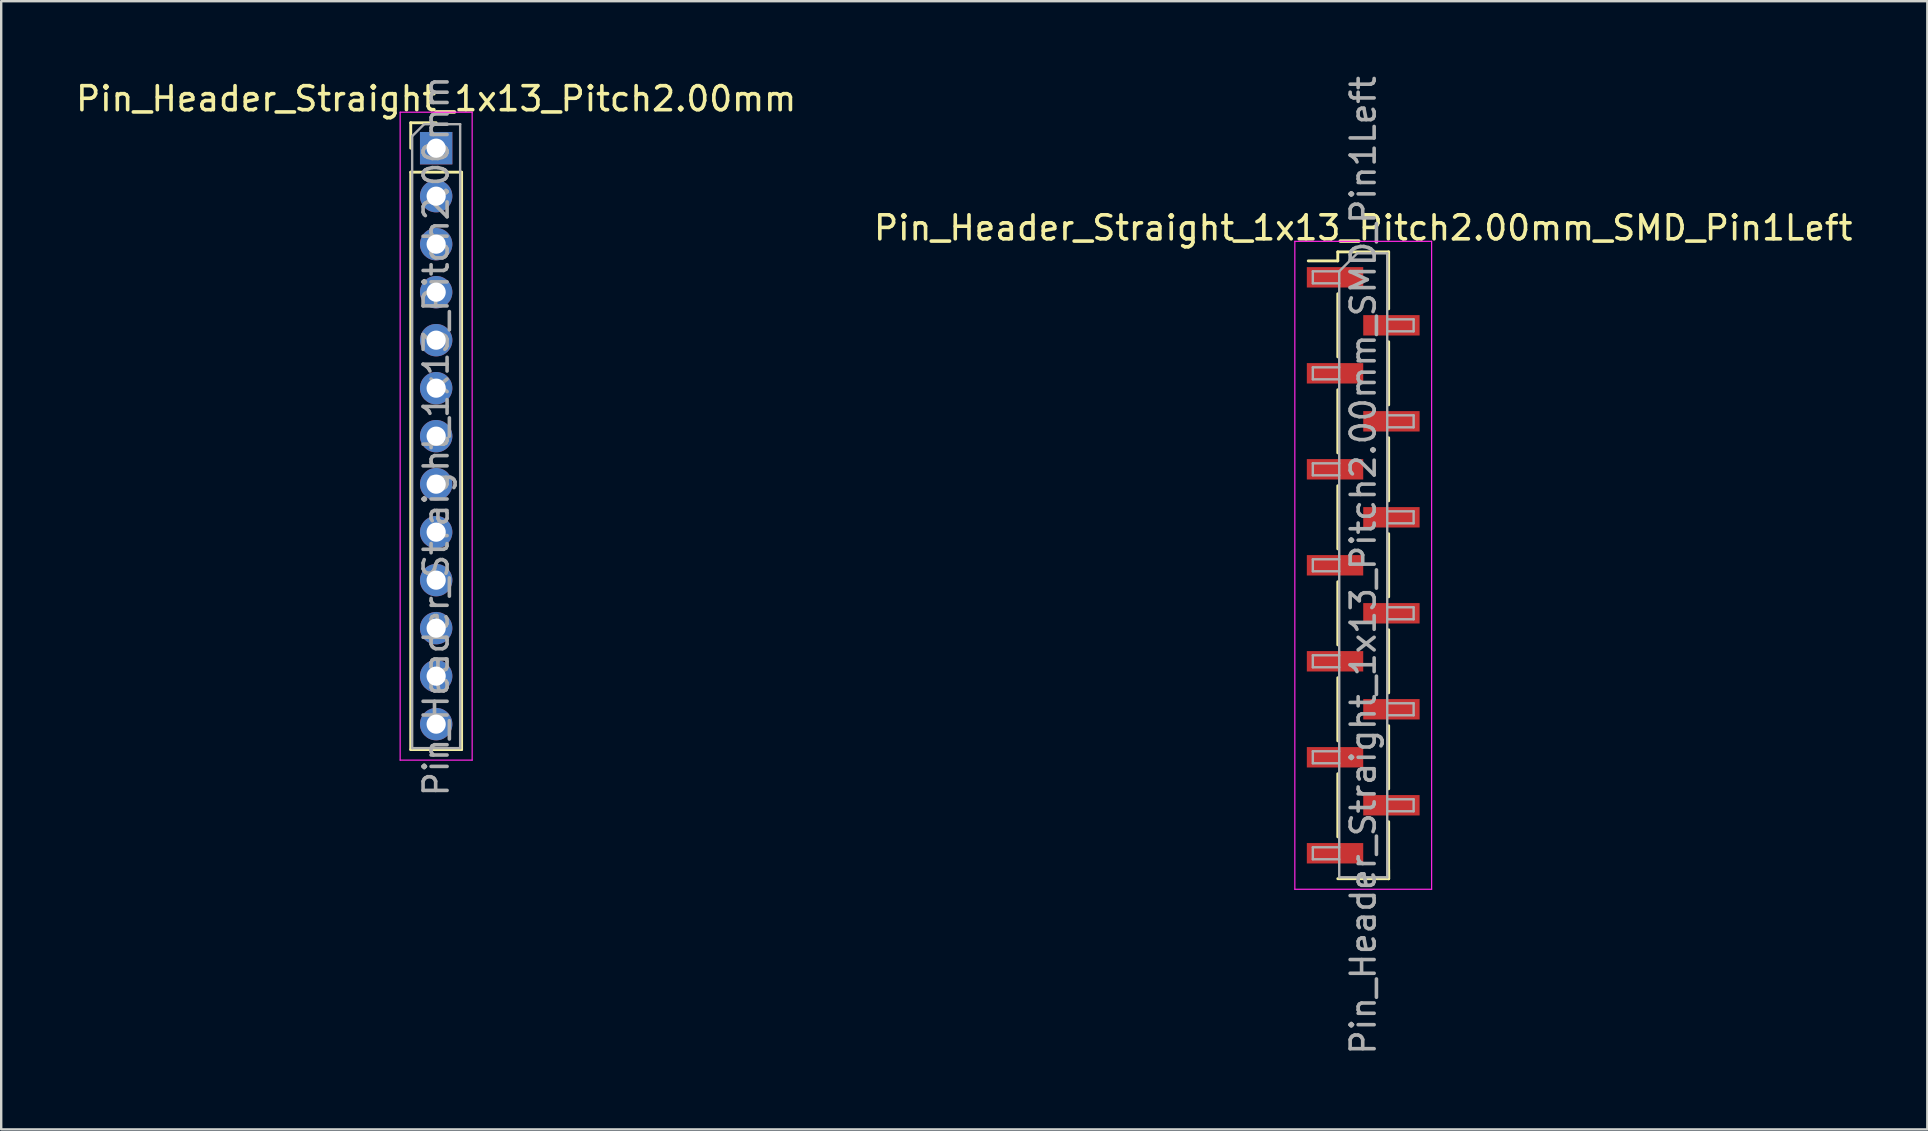
<source format=kicad_pcb>
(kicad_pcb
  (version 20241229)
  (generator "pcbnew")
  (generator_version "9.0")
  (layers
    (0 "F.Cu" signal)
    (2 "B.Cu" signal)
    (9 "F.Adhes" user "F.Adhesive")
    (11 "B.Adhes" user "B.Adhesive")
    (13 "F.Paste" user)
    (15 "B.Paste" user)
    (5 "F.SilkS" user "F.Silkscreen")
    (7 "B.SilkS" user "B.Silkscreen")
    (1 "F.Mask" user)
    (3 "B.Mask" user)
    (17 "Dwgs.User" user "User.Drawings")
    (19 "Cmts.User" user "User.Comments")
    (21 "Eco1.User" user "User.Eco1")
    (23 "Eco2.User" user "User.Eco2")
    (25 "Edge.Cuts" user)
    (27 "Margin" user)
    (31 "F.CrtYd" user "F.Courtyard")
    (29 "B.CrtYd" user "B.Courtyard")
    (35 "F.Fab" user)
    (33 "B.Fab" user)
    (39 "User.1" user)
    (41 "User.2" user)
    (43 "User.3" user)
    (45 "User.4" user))
  (footprint "Pin_Header_Straight_1x13_Pitch2.00mm"
    (layer "F.Cu")
    (at 15.125 3.125)
    (property "Reference" "Pin_Header_Straight_1x13_Pitch2.00mm" (at 0 -2.06 0) (layer "F.SilkS") (effects (font (size 1 1) (thickness 0.15))))
    (attr through_hole)
    (fp_line (start -1.06 -1.06) (end 0 -1.06) (stroke (width 0.12) (type solid)) (layer "F.SilkS"))
    (fp_line (start -1.06 0) (end -1.06 -1.06) (stroke (width 0.12) (type solid)) (layer "F.SilkS"))
    (fp_line (start -1.06 1) (end -1.06 25.06) (stroke (width 0.12) (type solid)) (layer "F.SilkS"))
    (fp_line (start -1.06 1) (end 1.06 1) (stroke (width 0.12) (type solid)) (layer "F.SilkS"))
    (fp_line (start -1.06 25.06) (end 1.06 25.06) (stroke (width 0.12) (type solid)) (layer "F.SilkS"))
    (fp_line (start 1.06 1) (end 1.06 25.06) (stroke (width 0.12) (type solid)) (layer "F.SilkS"))
    (fp_line (start -1.5 -1.5) (end -1.5 25.5) (stroke (width 0.05) (type solid)) (layer "F.CrtYd"))
    (fp_line (start -1.5 25.5) (end 1.5 25.5) (stroke (width 0.05) (type solid)) (layer "F.CrtYd"))
    (fp_line (start 1.5 -1.5) (end -1.5 -1.5) (stroke (width 0.05) (type solid)) (layer "F.CrtYd"))
    (fp_line (start 1.5 25.5) (end 1.5 -1.5) (stroke (width 0.05) (type solid)) (layer "F.CrtYd"))
    (fp_line (start -1 -0.5) (end -0.5 -1) (stroke (width 0.1) (type solid)) (layer "F.Fab"))
    (fp_line (start -1 25) (end -1 -0.5) (stroke (width 0.1) (type solid)) (layer "F.Fab"))
    (fp_line (start -0.5 -1) (end 1 -1) (stroke (width 0.1) (type solid)) (layer "F.Fab"))
    (fp_line (start 1 -1) (end 1 25) (stroke (width 0.1) (type solid)) (layer "F.Fab"))
    (fp_line (start 1 25) (end -1 25) (stroke (width 0.1) (type solid)) (layer "F.Fab"))
    (fp_text user "${REFERENCE}" (at 0 12 90) (layer "F.Fab") (effects (font (size 1 1) (thickness 0.15))))
    (pad "1" thru_hole rect (at 0 0) (size 1.35 1.35) (drill 0.8) (layers "*.Cu" "*.Mask"))
    (pad "2" thru_hole oval (at 0 2) (size 1.35 1.35) (drill 0.8) (layers "*.Cu" "*.Mask"))
    (pad "3" thru_hole oval (at 0 4) (size 1.35 1.35) (drill 0.8) (layers "*.Cu" "*.Mask"))
    (pad "4" thru_hole oval (at 0 6) (size 1.35 1.35) (drill 0.8) (layers "*.Cu" "*.Mask"))
    (pad "5" thru_hole oval (at 0 8) (size 1.35 1.35) (drill 0.8) (layers "*.Cu" "*.Mask"))
    (pad "6" thru_hole oval (at 0 10) (size 1.35 1.35) (drill 0.8) (layers "*.Cu" "*.Mask"))
    (pad "7" thru_hole oval (at 0 12) (size 1.35 1.35) (drill 0.8) (layers "*.Cu" "*.Mask"))
    (pad "8" thru_hole oval (at 0 14) (size 1.35 1.35) (drill 0.8) (layers "*.Cu" "*.Mask"))
    (pad "9" thru_hole oval (at 0 16) (size 1.35 1.35) (drill 0.8) (layers "*.Cu" "*.Mask"))
    (pad "10" thru_hole oval (at 0 18) (size 1.35 1.35) (drill 0.8) (layers "*.Cu" "*.Mask"))
    (pad "11" thru_hole oval (at 0 20) (size 1.35 1.35) (drill 0.8) (layers "*.Cu" "*.Mask"))
    (pad "12" thru_hole oval (at 0 22) (size 1.35 1.35) (drill 0.8) (layers "*.Cu" "*.Mask"))
    (pad "13" thru_hole oval (at 0 24) (size 1.35 1.35) (drill 0.8) (layers "*.Cu" "*.Mask")))
  (footprint "Pin_Header_Straight_1x13_Pitch2.00mm_SMD_Pin1Left"
    (layer "F.Cu")
    (at 53.756 20.506)
    (property "Reference" "Pin_Header_Straight_1x13_Pitch2.00mm_SMD_Pin1Left" (at 0 -14.06 0) (layer "F.SilkS") (effects (font (size 1 1) (thickness 0.15))))
    (attr smd)
    (fp_line (start -1.06 -13.06) (end -1.06 -12.685) (stroke (width 0.12) (type solid)) (layer "F.SilkS"))
    (fp_line (start -1.06 -13.06) (end 1.06 -13.06) (stroke (width 0.12) (type solid)) (layer "F.SilkS"))
    (fp_line (start -1.06 -12.685) (end -2.29 -12.685) (stroke (width 0.12) (type solid)) (layer "F.SilkS"))
    (fp_line (start -1.06 -11.315) (end -1.06 -8.685) (stroke (width 0.12) (type solid)) (layer "F.SilkS"))
    (fp_line (start -1.06 -7.315) (end -1.06 -4.685) (stroke (width 0.12) (type solid)) (layer "F.SilkS"))
    (fp_line (start -1.06 -3.315) (end -1.06 -0.685) (stroke (width 0.12) (type solid)) (layer "F.SilkS"))
    (fp_line (start -1.06 0.685) (end -1.06 3.315) (stroke (width 0.12) (type solid)) (layer "F.SilkS"))
    (fp_line (start -1.06 4.685) (end -1.06 7.315) (stroke (width 0.12) (type solid)) (layer "F.SilkS"))
    (fp_line (start -1.06 8.685) (end -1.06 11.315) (stroke (width 0.12) (type solid)) (layer "F.SilkS"))
    (fp_line (start -1.06 13.06) (end 1.06 13.06) (stroke (width 0.12) (type solid)) (layer "F.SilkS"))
    (fp_line (start 1.06 -13.06) (end 1.06 -10.685) (stroke (width 0.12) (type solid)) (layer "F.SilkS"))
    (fp_line (start 1.06 -9.315) (end 1.06 -6.685) (stroke (width 0.12) (type solid)) (layer "F.SilkS"))
    (fp_line (start 1.06 -5.315) (end 1.06 -2.685) (stroke (width 0.12) (type solid)) (layer "F.SilkS"))
    (fp_line (start 1.06 -1.315) (end 1.06 1.315) (stroke (width 0.12) (type solid)) (layer "F.SilkS"))
    (fp_line (start 1.06 2.685) (end 1.06 5.315) (stroke (width 0.12) (type solid)) (layer "F.SilkS"))
    (fp_line (start 1.06 6.685) (end 1.06 9.315) (stroke (width 0.12) (type solid)) (layer "F.SilkS"))
    (fp_line (start 1.06 10.685) (end 1.06 13.06) (stroke (width 0.12) (type solid)) (layer "F.SilkS"))
    (fp_line (start 1.06 12.685) (end 1.06 13.06) (stroke (width 0.12) (type solid)) (layer "F.SilkS"))
    (fp_line (start -2.85 -13.5) (end -2.85 13.5) (stroke (width 0.05) (type solid)) (layer "F.CrtYd"))
    (fp_line (start -2.85 13.5) (end 2.85 13.5) (stroke (width 0.05) (type solid)) (layer "F.CrtYd"))
    (fp_line (start 2.85 -13.5) (end -2.85 -13.5) (stroke (width 0.05) (type solid)) (layer "F.CrtYd"))
    (fp_line (start 2.85 13.5) (end 2.85 -13.5) (stroke (width 0.05) (type solid)) (layer "F.CrtYd"))
    (fp_line (start -2.1 -12.25) (end -2.1 -11.75) (stroke (width 0.1) (type solid)) (layer "F.Fab"))
    (fp_line (start -2.1 -11.75) (end -1 -11.75) (stroke (width 0.1) (type solid)) (layer "F.Fab"))
    (fp_line (start -2.1 -8.25) (end -2.1 -7.75) (stroke (width 0.1) (type solid)) (layer "F.Fab"))
    (fp_line (start -2.1 -7.75) (end -1 -7.75) (stroke (width 0.1) (type solid)) (layer "F.Fab"))
    (fp_line (start -2.1 -4.25) (end -2.1 -3.75) (stroke (width 0.1) (type solid)) (layer "F.Fab"))
    (fp_line (start -2.1 -3.75) (end -1 -3.75) (stroke (width 0.1) (type solid)) (layer "F.Fab"))
    (fp_line (start -2.1 -0.25) (end -2.1 0.25) (stroke (width 0.1) (type solid)) (layer "F.Fab"))
    (fp_line (start -2.1 0.25) (end -1 0.25) (stroke (width 0.1) (type solid)) (layer "F.Fab"))
    (fp_line (start -2.1 3.75) (end -2.1 4.25) (stroke (width 0.1) (type solid)) (layer "F.Fab"))
    (fp_line (start -2.1 4.25) (end -1 4.25) (stroke (width 0.1) (type solid)) (layer "F.Fab"))
    (fp_line (start -2.1 7.75) (end -2.1 8.25) (stroke (width 0.1) (type solid)) (layer "F.Fab"))
    (fp_line (start -2.1 8.25) (end -1 8.25) (stroke (width 0.1) (type solid)) (layer "F.Fab"))
    (fp_line (start -2.1 11.75) (end -2.1 12.25) (stroke (width 0.1) (type solid)) (layer "F.Fab"))
    (fp_line (start -2.1 12.25) (end -1 12.25) (stroke (width 0.1) (type solid)) (layer "F.Fab"))
    (fp_line (start -1 -12.25) (end -2.1 -12.25) (stroke (width 0.1) (type solid)) (layer "F.Fab"))
    (fp_line (start -1 -12.25) (end -0.25 -13) (stroke (width 0.1) (type solid)) (layer "F.Fab"))
    (fp_line (start -1 -8.25) (end -2.1 -8.25) (stroke (width 0.1) (type solid)) (layer "F.Fab"))
    (fp_line (start -1 -4.25) (end -2.1 -4.25) (stroke (width 0.1) (type solid)) (layer "F.Fab"))
    (fp_line (start -1 -0.25) (end -2.1 -0.25) (stroke (width 0.1) (type solid)) (layer "F.Fab"))
    (fp_line (start -1 3.75) (end -2.1 3.75) (stroke (width 0.1) (type solid)) (layer "F.Fab"))
    (fp_line (start -1 7.75) (end -2.1 7.75) (stroke (width 0.1) (type solid)) (layer "F.Fab"))
    (fp_line (start -1 11.75) (end -2.1 11.75) (stroke (width 0.1) (type solid)) (layer "F.Fab"))
    (fp_line (start -1 13) (end -1 -12.25) (stroke (width 0.1) (type solid)) (layer "F.Fab"))
    (fp_line (start -0.25 -13) (end 1 -13) (stroke (width 0.1) (type solid)) (layer "F.Fab"))
    (fp_line (start 1 -13) (end 1 13) (stroke (width 0.1) (type solid)) (layer "F.Fab"))
    (fp_line (start 1 -10.25) (end 2.1 -10.25) (stroke (width 0.1) (type solid)) (layer "F.Fab"))
    (fp_line (start 1 -6.25) (end 2.1 -6.25) (stroke (width 0.1) (type solid)) (layer "F.Fab"))
    (fp_line (start 1 -2.25) (end 2.1 -2.25) (stroke (width 0.1) (type solid)) (layer "F.Fab"))
    (fp_line (start 1 1.75) (end 2.1 1.75) (stroke (width 0.1) (type solid)) (layer "F.Fab"))
    (fp_line (start 1 5.75) (end 2.1 5.75) (stroke (width 0.1) (type solid)) (layer "F.Fab"))
    (fp_line (start 1 9.75) (end 2.1 9.75) (stroke (width 0.1) (type solid)) (layer "F.Fab"))
    (fp_line (start 1 13) (end -1 13) (stroke (width 0.1) (type solid)) (layer "F.Fab"))
    (fp_line (start 2.1 -10.25) (end 2.1 -9.75) (stroke (width 0.1) (type solid)) (layer "F.Fab"))
    (fp_line (start 2.1 -9.75) (end 1 -9.75) (stroke (width 0.1) (type solid)) (layer "F.Fab"))
    (fp_line (start 2.1 -6.25) (end 2.1 -5.75) (stroke (width 0.1) (type solid)) (layer "F.Fab"))
    (fp_line (start 2.1 -5.75) (end 1 -5.75) (stroke (width 0.1) (type solid)) (layer "F.Fab"))
    (fp_line (start 2.1 -2.25) (end 2.1 -1.75) (stroke (width 0.1) (type solid)) (layer "F.Fab"))
    (fp_line (start 2.1 -1.75) (end 1 -1.75) (stroke (width 0.1) (type solid)) (layer "F.Fab"))
    (fp_line (start 2.1 1.75) (end 2.1 2.25) (stroke (width 0.1) (type solid)) (layer "F.Fab"))
    (fp_line (start 2.1 2.25) (end 1 2.25) (stroke (width 0.1) (type solid)) (layer "F.Fab"))
    (fp_line (start 2.1 5.75) (end 2.1 6.25) (stroke (width 0.1) (type solid)) (layer "F.Fab"))
    (fp_line (start 2.1 6.25) (end 1 6.25) (stroke (width 0.1) (type solid)) (layer "F.Fab"))
    (fp_line (start 2.1 9.75) (end 2.1 10.25) (stroke (width 0.1) (type solid)) (layer "F.Fab"))
    (fp_line (start 2.1 10.25) (end 1 10.25) (stroke (width 0.1) (type solid)) (layer "F.Fab"))
    (fp_text user "${REFERENCE}" (at 0 0 90) (layer "F.Fab") (effects (font (size 1 1) (thickness 0.15))))
    (pad "1" smd rect (at -1.175 -12) (size 2.35 0.85) (layers "F.Cu" "F.Mask" "F.Paste"))
    (pad "2" smd rect (at 1.175 -10) (size 2.35 0.85) (layers "F.Cu" "F.Mask" "F.Paste"))
    (pad "3" smd rect (at -1.175 -8) (size 2.35 0.85) (layers "F.Cu" "F.Mask" "F.Paste"))
    (pad "4" smd rect (at 1.175 -6) (size 2.35 0.85) (layers "F.Cu" "F.Mask" "F.Paste"))
    (pad "5" smd rect (at -1.175 -4) (size 2.35 0.85) (layers "F.Cu" "F.Mask" "F.Paste"))
    (pad "6" smd rect (at 1.175 -2) (size 2.35 0.85) (layers "F.Cu" "F.Mask" "F.Paste"))
    (pad "7" smd rect (at -1.175 0) (size 2.35 0.85) (layers "F.Cu" "F.Mask" "F.Paste"))
    (pad "8" smd rect (at 1.175 2) (size 2.35 0.85) (layers "F.Cu" "F.Mask" "F.Paste"))
    (pad "9" smd rect (at -1.175 4) (size 2.35 0.85) (layers "F.Cu" "F.Mask" "F.Paste"))
    (pad "10" smd rect (at 1.175 6) (size 2.35 0.85) (layers "F.Cu" "F.Mask" "F.Paste"))
    (pad "11" smd rect (at -1.175 8) (size 2.35 0.85) (layers "F.Cu" "F.Mask" "F.Paste"))
    (pad "12" smd rect (at 1.175 10) (size 2.35 0.85) (layers "F.Cu" "F.Mask" "F.Paste"))
    (pad "13" smd rect (at -1.175 12) (size 2.35 0.85) (layers "F.Cu" "F.Mask" "F.Paste")))
  (gr_rect
    (start -3 -3)
    (end 77.262 44.012)
    (stroke (width 0.1) (type default))
    (fill no)
    (layer "Edge.Cuts")))
</source>
